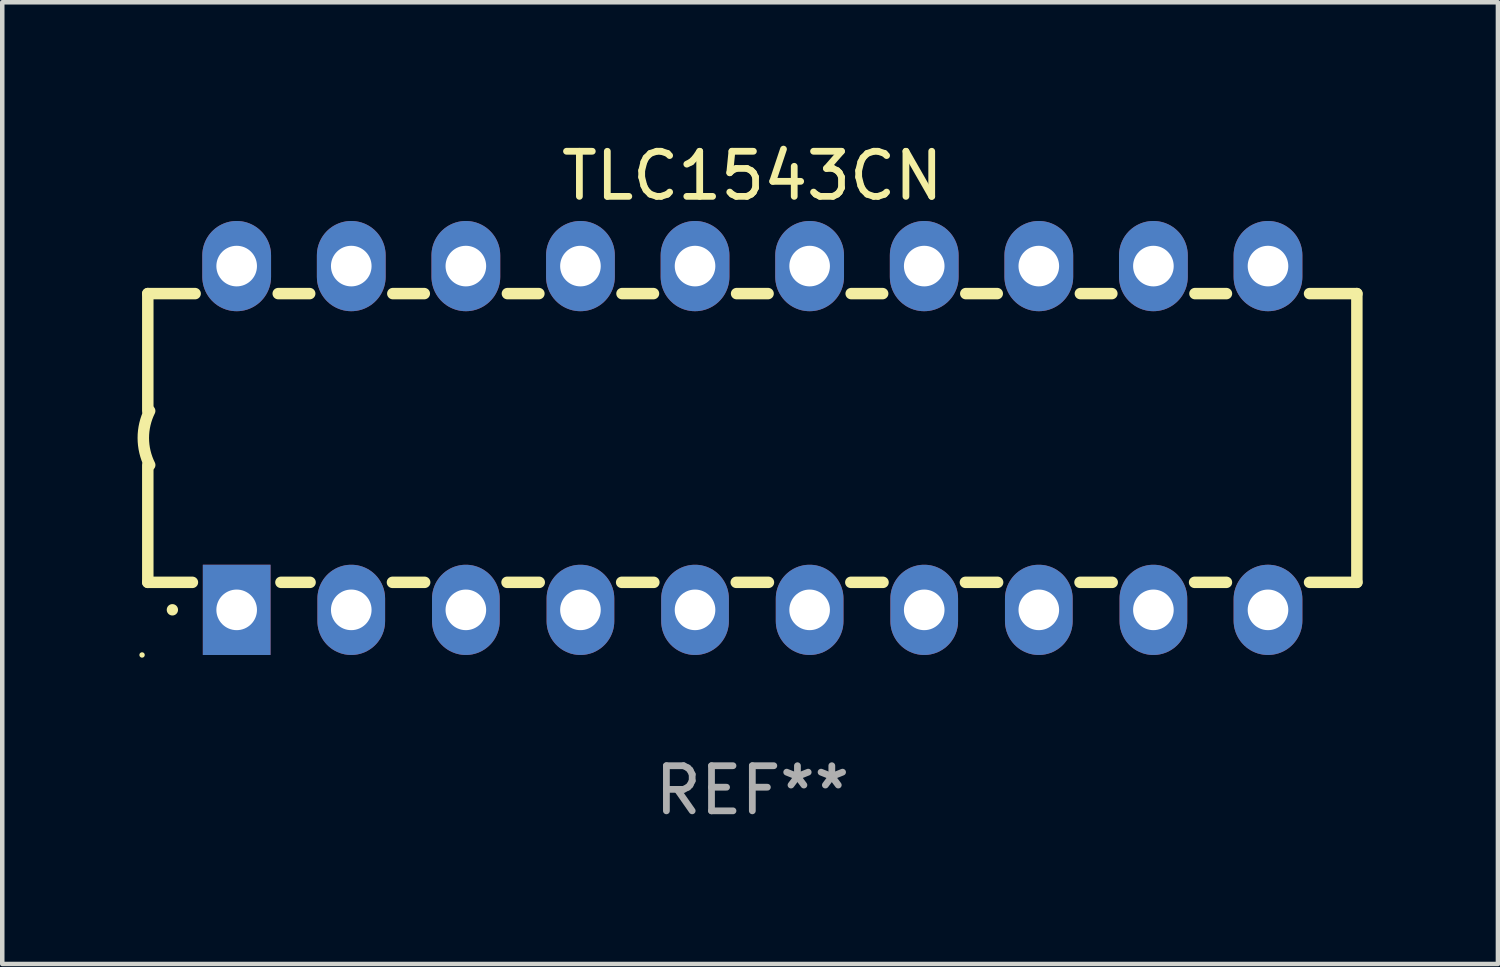
<source format=kicad_pcb>
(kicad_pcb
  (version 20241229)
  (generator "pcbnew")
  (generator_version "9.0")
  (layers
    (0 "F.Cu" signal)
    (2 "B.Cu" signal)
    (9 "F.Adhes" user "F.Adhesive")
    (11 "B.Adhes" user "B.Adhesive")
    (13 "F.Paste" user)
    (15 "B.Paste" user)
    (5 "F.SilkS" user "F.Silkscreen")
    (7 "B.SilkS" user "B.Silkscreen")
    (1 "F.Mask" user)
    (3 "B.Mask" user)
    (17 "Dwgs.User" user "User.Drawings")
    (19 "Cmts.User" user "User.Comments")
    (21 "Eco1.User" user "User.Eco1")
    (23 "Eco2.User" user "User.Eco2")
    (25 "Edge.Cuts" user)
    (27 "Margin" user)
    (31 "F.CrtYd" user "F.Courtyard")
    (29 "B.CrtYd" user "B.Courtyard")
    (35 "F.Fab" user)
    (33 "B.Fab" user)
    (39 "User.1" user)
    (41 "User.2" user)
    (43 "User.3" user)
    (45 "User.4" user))
  (footprint "TLC1543CN"
    (layer "F.Cu")
    (at 13.626 6.658)
    (property "Reference" "TLC1543CN" (at 0 -5.81 0) (layer "F.SilkS") (effects (font (size 1 1) (thickness 0.15))))
    (attr through_hole)
    (fp_line (start -13.4 -3.2) (end -12.351 -3.2) (stroke (width 0.254) (type solid)) (layer "F.SilkS"))
    (fp_line (start -13.4 -0.6) (end -13.4 -3.2) (stroke (width 0.254) (type solid)) (layer "F.SilkS"))
    (fp_line (start -13.4 3.2) (end -13.4 0.6) (stroke (width 0.254) (type solid)) (layer "F.SilkS"))
    (fp_line (start -13.4 3.2) (end -12.411 3.2) (stroke (width 0.254) (type solid)) (layer "F.SilkS"))
    (fp_line (start -10.509 -3.2) (end -9.811 -3.2) (stroke (width 0.254) (type solid)) (layer "F.SilkS"))
    (fp_line (start -10.449 3.2) (end -9.803 3.2) (stroke (width 0.254) (type solid)) (layer "F.SilkS"))
    (fp_line (start -7.977 3.2) (end -7.263 3.2) (stroke (width 0.254) (type solid)) (layer "F.SilkS"))
    (fp_line (start -7.969 -3.2) (end -7.271 -3.2) (stroke (width 0.254) (type solid)) (layer "F.SilkS"))
    (fp_line (start -5.437 3.2) (end -4.723 3.2) (stroke (width 0.254) (type solid)) (layer "F.SilkS"))
    (fp_line (start -5.429 -3.2) (end -4.731 -3.2) (stroke (width 0.254) (type solid)) (layer "F.SilkS"))
    (fp_line (start -2.897 3.2) (end -2.183 3.2) (stroke (width 0.254) (type solid)) (layer "F.SilkS"))
    (fp_line (start -2.889 -3.2) (end -2.191 -3.2) (stroke (width 0.254) (type solid)) (layer "F.SilkS"))
    (fp_line (start -0.357 3.2) (end 0.357 3.2) (stroke (width 0.254) (type solid)) (layer "F.SilkS"))
    (fp_line (start -0.349 -3.2) (end 0.349 -3.2) (stroke (width 0.254) (type solid)) (layer "F.SilkS"))
    (fp_line (start 2.183 3.2) (end 2.897 3.2) (stroke (width 0.254) (type solid)) (layer "F.SilkS"))
    (fp_line (start 2.191 -3.2) (end 2.889 -3.2) (stroke (width 0.254) (type solid)) (layer "F.SilkS"))
    (fp_line (start 4.723 3.2) (end 5.437 3.2) (stroke (width 0.254) (type solid)) (layer "F.SilkS"))
    (fp_line (start 4.731 -3.2) (end 5.429 -3.2) (stroke (width 0.254) (type solid)) (layer "F.SilkS"))
    (fp_line (start 7.263 3.2) (end 7.977 3.2) (stroke (width 0.254) (type solid)) (layer "F.SilkS"))
    (fp_line (start 7.271 -3.2) (end 7.969 -3.2) (stroke (width 0.254) (type solid)) (layer "F.SilkS"))
    (fp_line (start 9.803 3.2) (end 10.509 3.2) (stroke (width 0.254) (type solid)) (layer "F.SilkS"))
    (fp_line (start 9.811 -3.2) (end 10.509 -3.2) (stroke (width 0.254) (type solid)) (layer "F.SilkS"))
    (fp_line (start 12.351 -3.2) (end 13.4 -3.2) (stroke (width 0.254) (type solid)) (layer "F.SilkS"))
    (fp_line (start 12.351 3.2) (end 13.4 3.2) (stroke (width 0.254) (type solid)) (layer "F.SilkS"))
    (fp_line (start 13.4 -3.2) (end 13.4 3.2) (stroke (width 0.254) (type solid)) (layer "F.SilkS"))
    (fp_arc (start -13.357557 0.599721) (mid -13.499295 0.000123) (end -13.358598 -0.599721) (stroke (width 0.254001) (type solid)) (layer "F.SilkS"))
    (fp_arc (start -12.854966 3.810008) (mid -12.854973 3.808738) (end -12.854966 3.807468) (stroke (width 0.25) (type solid)) (layer "F.SilkS"))
    (fp_circle (center -13.527 4.81) (end -13.497 4.81) (stroke (width 0.06) (type solid)) (fill no) (layer "F.SilkS"))
    (fp_text user "REF**" (at 0 7.81 0) (layer "F.Fab") (effects (font (size 1 1) (thickness 0.15))))
    (pad "1" thru_hole rect (at -11.43 3.81 90) (size 2 1.5) (drill 0.9) (layers "*.Cu" "*.Mask"))
    (pad "2" thru_hole oval (at -8.89 3.81 90) (size 2 1.5) (drill 0.9) (layers "*.Cu" "*.Mask"))
    (pad "3" thru_hole oval (at -6.35 3.81 90) (size 2 1.5) (drill 0.9) (layers "*.Cu" "*.Mask"))
    (pad "4" thru_hole oval (at -3.81 3.81 90) (size 2 1.5) (drill 0.9) (layers "*.Cu" "*.Mask"))
    (pad "5" thru_hole oval (at -1.27 3.81 90) (size 2 1.5) (drill 0.9) (layers "*.Cu" "*.Mask"))
    (pad "6" thru_hole oval (at 1.27 3.81 90) (size 2 1.5) (drill 0.9) (layers "*.Cu" "*.Mask"))
    (pad "7" thru_hole oval (at 3.81 3.81 90) (size 2 1.5) (drill 0.9) (layers "*.Cu" "*.Mask"))
    (pad "8" thru_hole oval (at 6.35 3.81 90) (size 2 1.5) (drill 0.9) (layers "*.Cu" "*.Mask"))
    (pad "9" thru_hole oval (at 8.89 3.81 90) (size 2 1.5) (drill 0.9) (layers "*.Cu" "*.Mask"))
    (pad "10" thru_hole oval (at 11.43 3.81 90) (size 2 1.524) (drill 0.9) (layers "*.Cu" "*.Mask"))
    (pad "11" thru_hole oval (at 11.43 -3.81 90) (size 2 1.524) (drill 0.9) (layers "*.Cu" "*.Mask"))
    (pad "12" thru_hole oval (at 8.89 -3.81 90) (size 2 1.524) (drill 0.9) (layers "*.Cu" "*.Mask"))
    (pad "13" thru_hole oval (at 6.35 -3.81 90) (size 2 1.524) (drill 0.9) (layers "*.Cu" "*.Mask"))
    (pad "14" thru_hole oval (at 3.81 -3.81 90) (size 2 1.524) (drill 0.9) (layers "*.Cu" "*.Mask"))
    (pad "15" thru_hole oval (at 1.27 -3.81 90) (size 2 1.524) (drill 0.9) (layers "*.Cu" "*.Mask"))
    (pad "16" thru_hole oval (at -1.27 -3.81 90) (size 2 1.524) (drill 0.9) (layers "*.Cu" "*.Mask"))
    (pad "17" thru_hole oval (at -3.81 -3.81 90) (size 2 1.524) (drill 0.9) (layers "*.Cu" "*.Mask"))
    (pad "18" thru_hole oval (at -6.35 -3.81 90) (size 2 1.524) (drill 0.9) (layers "*.Cu" "*.Mask"))
    (pad "19" thru_hole oval (at -8.89 -3.81 90) (size 2 1.524) (drill 0.9) (layers "*.Cu" "*.Mask"))
    (pad "20" thru_hole oval (at -11.43 -3.81 90) (size 2 1.524) (drill 0.9) (layers "*.Cu" "*.Mask")))
  (gr_rect
    (start -3 -3)
    (end 30.153 18.317)
    (stroke (width 0.1) (type default))
    (fill no)
    (layer "Edge.Cuts")))
</source>
